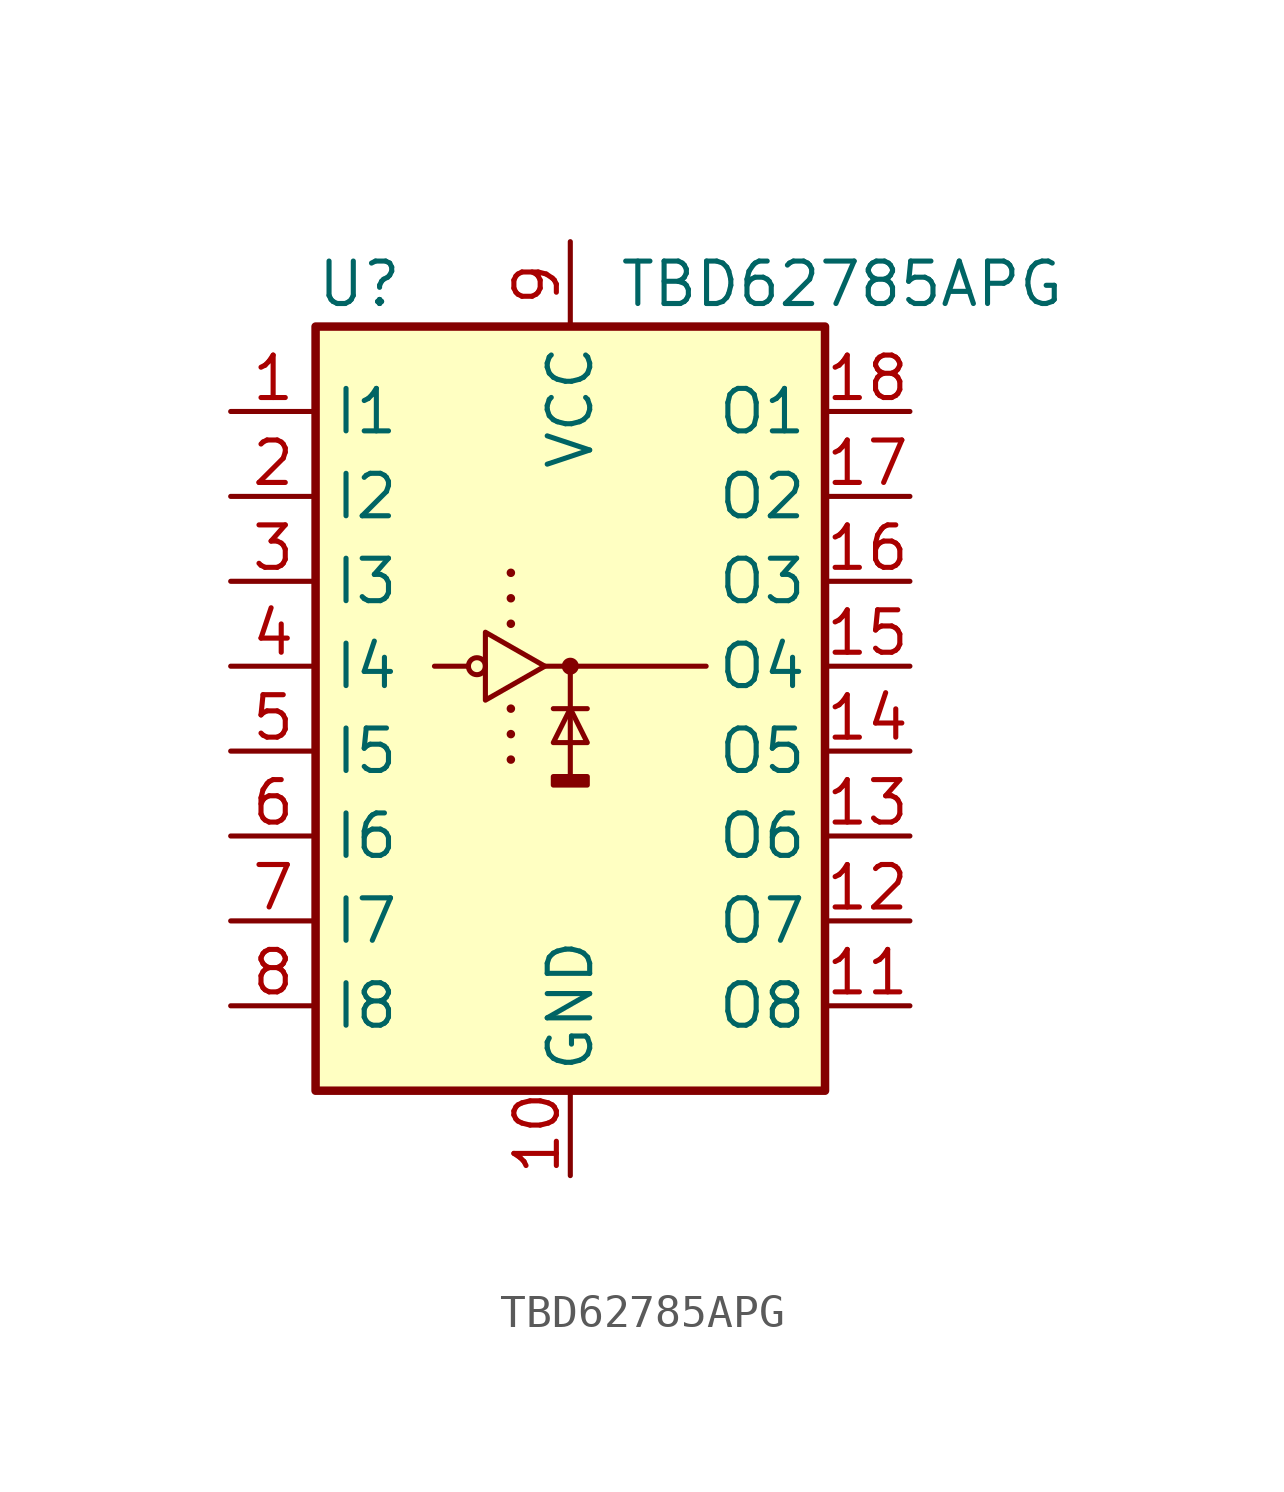
<source format=kicad_sym>
(kicad_symbol_lib
  (version 20220914)
  (generator kicad_symbol_editor)
  (symbol "TBD62785APG"
    (property "Reference" "U"
      (at -7.62 11.43 0)
      (effects (font (size 1.27 1.27)) (justify left)))
    (property "Value" "TBD62785APG"
      (at 8.128 11.43 0)
      (effects (font (size 1.27 1.27))))
    (symbol "TBD62785APG_0_1"
      (rectangle (start -7.62 10.16) (end 7.62 -12.7) (stroke (width 0.254) (type default)) (fill (type background)))
      (circle (center -2.794 0) (radius 0.254) (stroke (width 0) (type default)) (fill (type none)))
      (rectangle (start -0.508 -3.302) (end 0.508 -3.556) (stroke (width 0) (type default)) (fill (type outline)))
      (polyline (pts (xy -4.064 0) (xy -3.048 0)) (stroke (width 0) (type default)) (fill (type none)))
      (polyline (pts (xy -1.778 -2.794) (xy -1.778 -2.794)) (stroke (width 0.254) (type default)) (fill (type none)))
      (polyline (pts (xy -1.778 -2.032) (xy -1.778 -2.032)) (stroke (width 0.254) (type default)) (fill (type none)))
      (polyline (pts (xy -1.778 -1.27) (xy -1.778 -1.27)) (stroke (width 0.254) (type default)) (fill (type none)))
      (polyline (pts (xy -1.778 1.27) (xy -1.778 1.27)) (stroke (width 0.254) (type default)) (fill (type none)))
      (polyline (pts (xy -1.778 2.032) (xy -1.778 2.032)) (stroke (width 0.254) (type default)) (fill (type none)))
      (polyline (pts (xy -1.778 2.794) (xy -1.778 2.794)) (stroke (width 0.254) (type default)) (fill (type none)))
      (polyline (pts (xy -0.762 0) (xy 4.064 0)) (stroke (width 0) (type default)) (fill (type none)))
      (polyline (pts (xy -0.508 -1.27) (xy 0.508 -1.27)) (stroke (width 0) (type default)) (fill (type none)))
      (polyline (pts (xy 0 0) (xy 0 -3.302)) (stroke (width 0) (type default)) (fill (type none)))
      (polyline (pts (xy 0 0) (xy 0 0)) (stroke (width 0.508) (type default)) (fill (type none)))
      (polyline (pts (xy 0 -1.27) (xy -0.508 -2.286) (xy 0.508 -2.286) (xy 0 -1.27)) (stroke (width 0) (type default)) (fill (type none)))
      (polyline (pts (xy -2.54 0) (xy -2.54 0) (xy -2.54 1.016) (xy -0.762 0) (xy -2.54 -1.016) (xy -2.54 0)) (stroke (width 0) (type default)) (fill (type none))))
    (symbol "TBD62785APG_1_1"
      (pin input line (at -10.16 7.62 0) (length 2.54) (name "I1" (effects (font (size 1.27 1.27)))) (number "1" (effects (font (size 1.27 1.27)))))
      (pin power_in line (at 0 -15.24 90) (length 2.54) (name "GND" (effects (font (size 1.27 1.27)))) (number "10" (effects (font (size 1.27 1.27)))))
      (pin open_emitter line (at 10.16 -10.16 180) (length 2.54) (name "O8" (effects (font (size 1.27 1.27)))) (number "11" (effects (font (size 1.27 1.27)))))
      (pin open_emitter line (at 10.16 -7.62 180) (length 2.54) (name "O7" (effects (font (size 1.27 1.27)))) (number "12" (effects (font (size 1.27 1.27)))))
      (pin open_emitter line (at 10.16 -5.08 180) (length 2.54) (name "O6" (effects (font (size 1.27 1.27)))) (number "13" (effects (font (size 1.27 1.27)))))
      (pin open_emitter line (at 10.16 -2.54 180) (length 2.54) (name "O5" (effects (font (size 1.27 1.27)))) (number "14" (effects (font (size 1.27 1.27)))))
      (pin open_emitter line (at 10.16 0 180) (length 2.54) (name "O4" (effects (font (size 1.27 1.27)))) (number "15" (effects (font (size 1.27 1.27)))))
      (pin open_emitter line (at 10.16 2.54 180) (length 2.54) (name "O3" (effects (font (size 1.27 1.27)))) (number "16" (effects (font (size 1.27 1.27)))))
      (pin open_emitter line (at 10.16 5.08 180) (length 2.54) (name "O2" (effects (font (size 1.27 1.27)))) (number "17" (effects (font (size 1.27 1.27)))))
      (pin open_emitter line (at 10.16 7.62 180) (length 2.54) (name "O1" (effects (font (size 1.27 1.27)))) (number "18" (effects (font (size 1.27 1.27)))))
      (pin input line (at -10.16 5.08 0) (length 2.54) (name "I2" (effects (font (size 1.27 1.27)))) (number "2" (effects (font (size 1.27 1.27)))))
      (pin input line (at -10.16 2.54 0) (length 2.54) (name "I3" (effects (font (size 1.27 1.27)))) (number "3" (effects (font (size 1.27 1.27)))))
      (pin input line (at -10.16 0 0) (length 2.54) (name "I4" (effects (font (size 1.27 1.27)))) (number "4" (effects (font (size 1.27 1.27)))))
      (pin input line (at -10.16 -2.54 0) (length 2.54) (name "I5" (effects (font (size 1.27 1.27)))) (number "5" (effects (font (size 1.27 1.27)))))
      (pin input line (at -10.16 -5.08 0) (length 2.54) (name "I6" (effects (font (size 1.27 1.27)))) (number "6" (effects (font (size 1.27 1.27)))))
      (pin input line (at -10.16 -7.62 0) (length 2.54) (name "I7" (effects (font (size 1.27 1.27)))) (number "7" (effects (font (size 1.27 1.27)))))
      (pin input line (at -10.16 -10.16 0) (length 2.54) (name "I8" (effects (font (size 1.27 1.27)))) (number "8" (effects (font (size 1.27 1.27)))))
      (pin power_in line (at 0 12.7 270) (length 2.54) (name "VCC" (effects (font (size 1.27 1.27)))) (number "9" (effects (font (size 1.27 1.27))))))))
</source>
